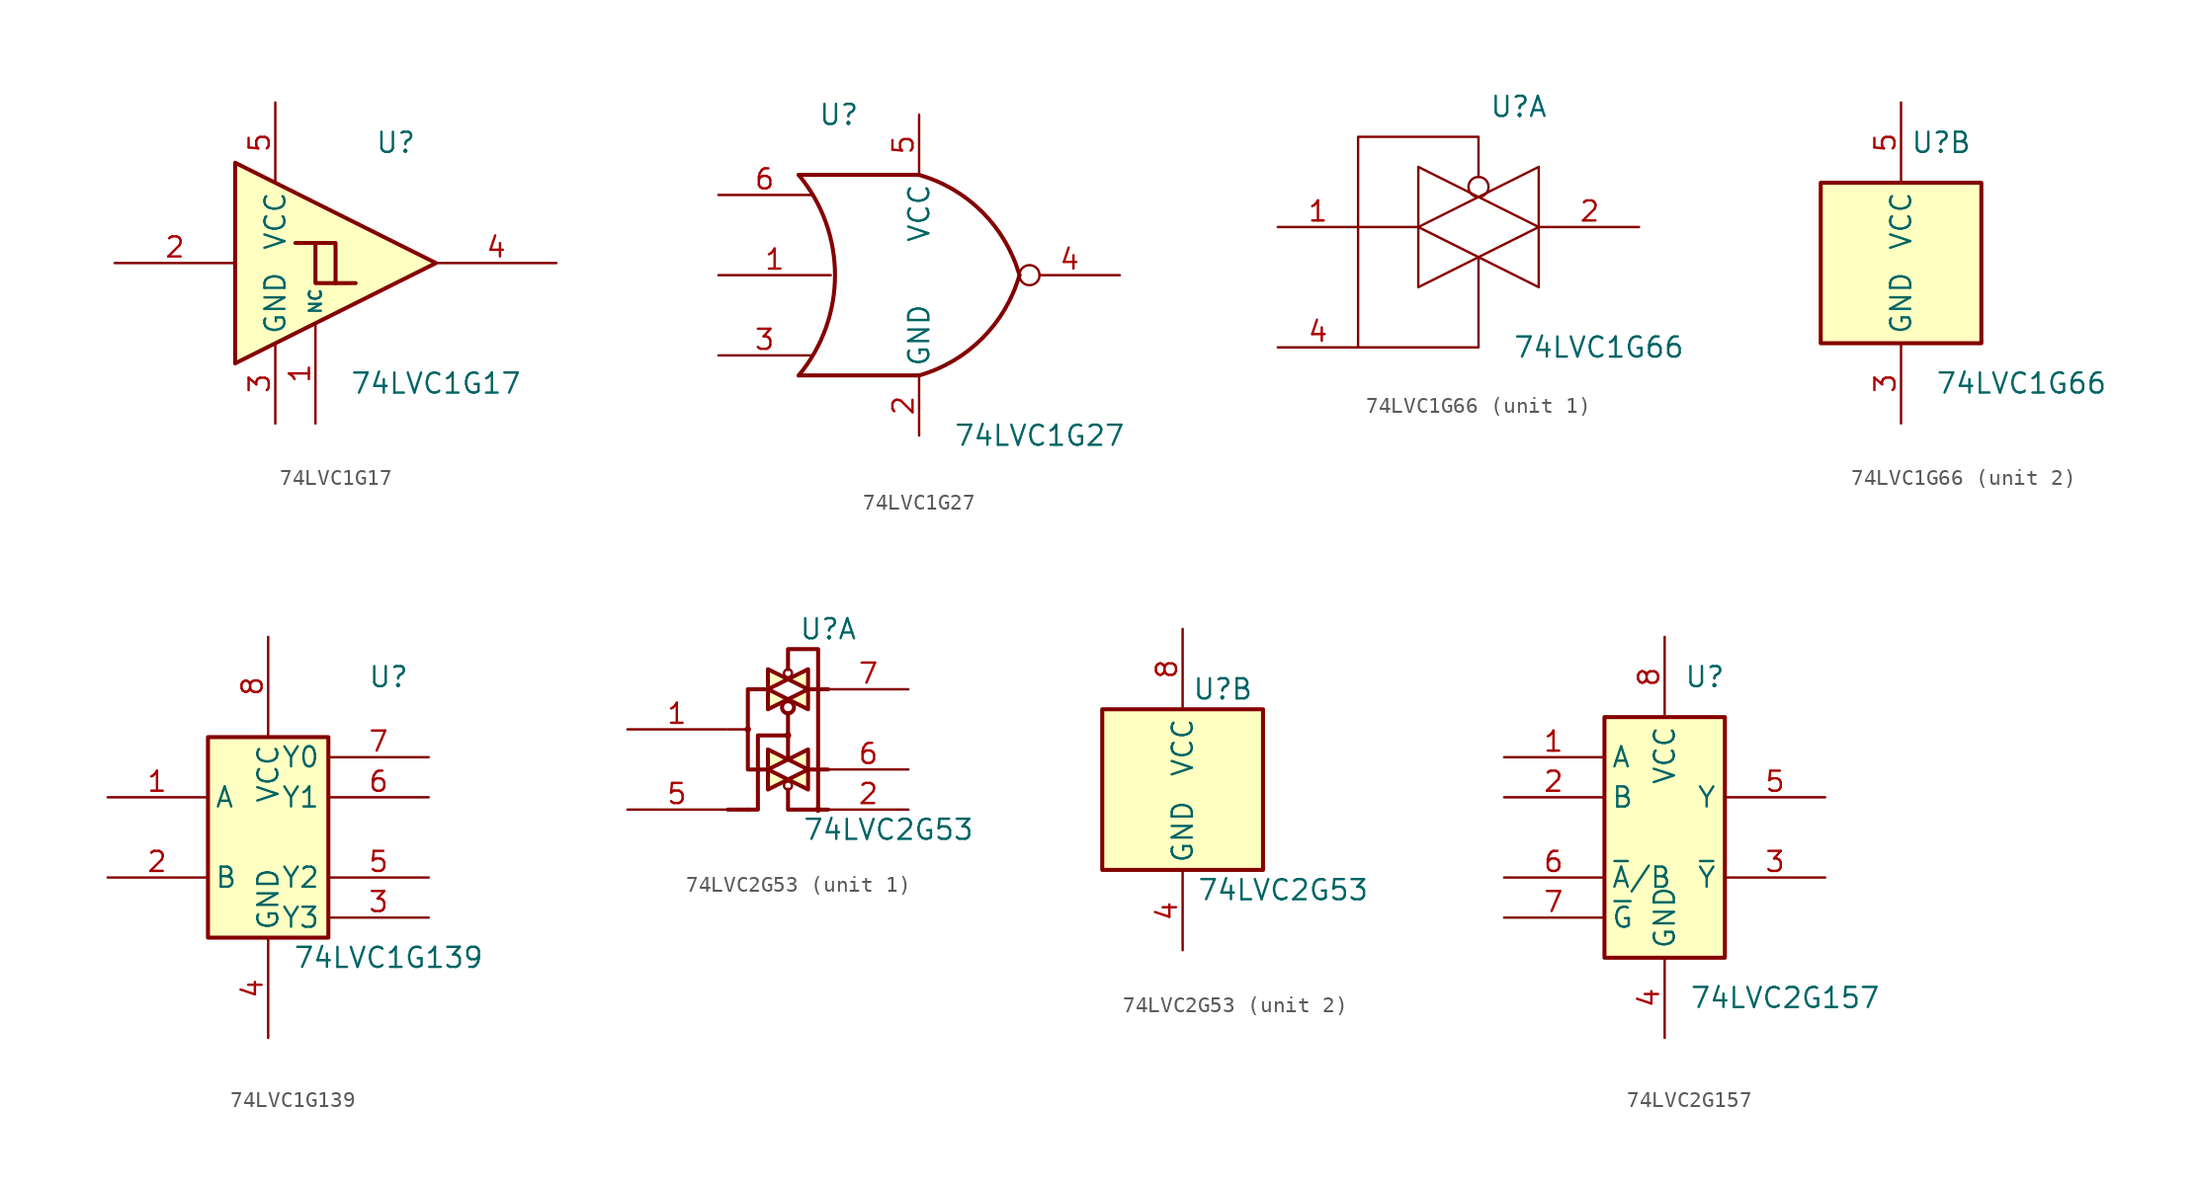
<source format=kicad_sym>
(kicad_symbol_lib
  (version 20220914)
  (generator kicad_symbol_editor)
  (symbol "74LVC1G17"
    (property "Reference" "U"
      (at 2.54 7.62 0)
      (effects (font (size 1.27 1.27))))
    (property "Value" "74LVC1G17"
      (at 5.08 -7.62 0)
      (effects (font (size 1.27 1.27))))
    (symbol "74LVC1G17_0_1"
      (polyline (pts (xy -2.54 1.27) (xy -1.27 1.27) (xy -1.27 -1.27)) (stroke (width 0.254) (type default)) (fill (type background)))
      (polyline (pts (xy -7.62 6.35) (xy -7.62 -6.35) (xy 5.08 0) (xy -7.62 6.35)) (stroke (width 0.254) (type default)) (fill (type background)))
      (polyline (pts (xy -3.81 1.27) (xy -2.54 1.27) (xy -2.54 -1.27) (xy 0 -1.27)) (stroke (width 0.254) (type default)) (fill (type background))))
    (symbol "74LVC1G17_1_1"
      (pin free line (at -2.54 -10.16 90) (length 6.35) (name "NC" (effects (font (size 0.762 0.762)))) (number "1" (effects (font (size 1.27 1.27)))))
      (pin input line (at -15.24 0 0) (length 7.62) (name "~" (effects (font (size 1.27 1.27)))) (number "2" (effects (font (size 1.27 1.27)))))
      (pin power_in line (at -5.08 -10.16 90) (length 5.08) (name "GND" (effects (font (size 1.27 1.27)))) (number "3" (effects (font (size 1.27 1.27)))))
      (pin output line (at 12.7 0 180) (length 7.62) (name "~" (effects (font (size 1.27 1.27)))) (number "4" (effects (font (size 1.27 1.27)))))
      (pin power_in line (at -5.08 10.16 270) (length 5.08) (name "VCC" (effects (font (size 1.27 1.27)))) (number "5" (effects (font (size 1.27 1.27)))))))
  (symbol "74LVC1G27"
    (property "Reference" "U"
      (at -5.08 10.16 0)
      (effects (font (size 1.27 1.27))))
    (property "Value" "74LVC1G27"
      (at 7.62 -10.16 0)
      (effects (font (size 1.27 1.27))))
    (symbol "74LVC1G27_0_1"
      (arc (start -7.62 -6.35) (mid -5.321 0) (end -7.62 6.35) (stroke (width 0.254) (type default)) (fill (type none)))
      (arc (start 0 -6.35) (mid 3.9978 -3.9978) (end 6.35 0) (stroke (width 0.254) (type default)) (fill (type none)))
      (polyline (pts (xy 0 -6.35) (xy -7.62 -6.35)) (stroke (width 0.254) (type default)) (fill (type background)))
      (polyline (pts (xy 0 6.35) (xy -7.62 6.35)) (stroke (width 0.254) (type default)) (fill (type background)))
      (arc (start 6.35 0) (mid 3.9978 3.9978) (end 0 6.35) (stroke (width 0.254) (type default)) (fill (type none))))
    (symbol "74LVC1G27_1_1"
      (pin input line (at -12.698 0 0) (length 7.11) (name "~" (effects (font (size 1.27 1.27)))) (number "1" (effects (font (size 1.27 1.27)))))
      (pin power_in line (at 0 -10.16 90) (length 3.81) (name "GND" (effects (font (size 1.27 1.27)))) (number "2" (effects (font (size 1.27 1.27)))))
      (pin input line (at -12.698 -5.08 0) (length 5.84) (name "~" (effects (font (size 1.27 1.27)))) (number "3" (effects (font (size 1.27 1.27)))))
      (pin output inverted (at 12.7 0 180) (length 6.35) (name "~" (effects (font (size 1.27 1.27)))) (number "4" (effects (font (size 1.27 1.27)))))
      (pin power_in line (at 0 10.16 270) (length 3.81) (name "VCC" (effects (font (size 1.27 1.27)))) (number "5" (effects (font (size 1.27 1.27)))))
      (pin input line (at -12.698 5.08 0) (length 5.84) (name "~" (effects (font (size 1.27 1.27)))) (number "6" (effects (font (size 1.27 1.27)))))))
  (symbol "74LVC1G66"
    (property "Reference" "U"
      (at 2.54 7.62 0)
      (effects (font (size 1.27 1.27))))
    (property "Value" "74LVC1G66"
      (at 7.62 -7.62 0)
      (effects (font (size 1.27 1.27))))
    (property "ki_locked" ""
      (at 0 0 0)
      (effects (font (size 1.27 1.27))))
    (symbol "74LVC1G66_1_1"
      (polyline (pts (xy -7.62 0) (xy -3.81 0)) (stroke (width 0.152) (type default)) (fill (type none)))
      (polyline (pts (xy -7.62 -7.62) (xy 0 -7.62) (xy 0 -1.905)) (stroke (width 0.152) (type default)) (fill (type none)))
      (polyline (pts (xy -7.62 -7.62) (xy -7.62 5.715) (xy 0 5.715) (xy 0 3.175)) (stroke (width 0.152) (type default)) (fill (type none)))
      (polyline (pts (xy -3.81 0) (xy 3.81 3.81) (xy 3.81 -3.81) (xy -3.81 0)) (stroke (width 0.152) (type default)) (fill (type none)))
      (polyline (pts (xy -3.81 3.81) (xy -3.81 -3.81) (xy 3.81 0) (xy -3.81 3.81)) (stroke (width 0.152) (type default)) (fill (type none)))
      (circle (center 0 2.54) (radius 0.635) (stroke (width 0.152) (type default)) (fill (type none)))
      (pin bidirectional line (at -12.7 0 0) (length 5.08) (name "~" (effects (font (size 1.27 1.27)))) (number "1" (effects (font (size 1.27 1.27)))))
      (pin bidirectional line (at 10.16 0 180) (length 6.25) (name "~" (effects (font (size 1.27 1.27)))) (number "2" (effects (font (size 1.27 1.27)))))
      (pin input line (at -12.7 -7.62 0) (length 5.08) (name "~" (effects (font (size 1.27 1.27)))) (number "4" (effects (font (size 1.27 1.27))))))
    (symbol "74LVC1G66_2_1"
      (rectangle (start -5.08 5.08) (end 5.08 -5.08) (stroke (width 0.254) (type default)) (fill (type background)))
      (pin power_in line (at 0 -10.16 90) (length 5.08) (name "GND" (effects (font (size 1.27 1.27)))) (number "3" (effects (font (size 1.27 1.27)))))
      (pin power_in line (at 0 10.16 270) (length 5.08) (name "VCC" (effects (font (size 1.27 1.27)))) (number "5" (effects (font (size 1.27 1.27)))))))
  (symbol "74LVC1G139"
    (property "Reference" "U"
      (at 7.62 10.16 0)
      (effects (font (size 1.27 1.27))))
    (property "Value" "74LVC1G139"
      (at 7.62 -7.62 0)
      (effects (font (size 1.27 1.27))))
    (symbol "74LVC1G139_0_1"
      (rectangle (start -3.81 6.35) (end 3.81 -6.35) (stroke (width 0.254) (type default)) (fill (type background))))
    (symbol "74LVC1G139_1_1"
      (pin input line (at -10.16 2.54 0) (length 6.25) (name "A" (effects (font (size 1.27 1.27)))) (number "1" (effects (font (size 1.27 1.27)))))
      (pin input line (at -10.16 -2.54 0) (length 6.25) (name "B" (effects (font (size 1.27 1.27)))) (number "2" (effects (font (size 1.27 1.27)))))
      (pin output line (at 10.16 -5.08 180) (length 6.35) (name "Y3" (effects (font (size 1.27 1.27)))) (number "3" (effects (font (size 1.27 1.27)))))
      (pin power_in line (at 0 -12.7 90) (length 6.25) (name "GND" (effects (font (size 1.27 1.27)))) (number "4" (effects (font (size 1.27 1.27)))))
      (pin output line (at 10.16 -2.54 180) (length 6.35) (name "Y2" (effects (font (size 1.27 1.27)))) (number "5" (effects (font (size 1.27 1.27)))))
      (pin output line (at 10.16 2.54 180) (length 6.35) (name "Y1" (effects (font (size 1.27 1.27)))) (number "6" (effects (font (size 1.27 1.27)))))
      (pin output line (at 10.16 5.08 180) (length 6.35) (name "Y0" (effects (font (size 1.27 1.27)))) (number "7" (effects (font (size 1.27 1.27)))))
      (pin power_in line (at 0 12.7 270) (length 6.25) (name "VCC" (effects (font (size 1.27 1.27)))) (number "8" (effects (font (size 1.27 1.27)))))))
  (symbol "74LVC2G53"
    (property "Reference" "U"
      (at 2.54 6.35 0)
      (effects (font (size 1.27 1.27))))
    (property "Value" "74LVC2G53"
      (at 6.35 -6.35 0)
      (effects (font (size 1.27 1.27))))
    (property "ki_locked" ""
      (at 0 0 0)
      (effects (font (size 1.27 1.27))))
    (symbol "74LVC2G53_1_1"
      (circle (center -2.54 0) (radius 0.127) (stroke (width 0) (type default)) (fill (type none)))
      (circle (center 0 -3.556) (radius 0.254) (stroke (width 0) (type default)) (fill (type none)))
      (circle (center 0 -0.381) (radius 0.127) (stroke (width 0) (type default)) (fill (type none)))
      (polyline (pts (xy -3.81 -5.08) (xy -2.54 -5.08)) (stroke (width 0.254) (type default)) (fill (type background)))
      (polyline (pts (xy -3.81 0) (xy -2.54 0)) (stroke (width 0) (type default)) (fill (type background)))
      (polyline (pts (xy 2.54 -2.54) (xy 1.27 -2.54)) (stroke (width 0.254) (type default)) (fill (type background)))
      (polyline (pts (xy 2.54 2.54) (xy 1.27 2.54)) (stroke (width 0.254) (type default)) (fill (type background)))
      (polyline (pts (xy 0 -3.81) (xy 0 -5.08) (xy 2.54 -5.08)) (stroke (width 0.254) (type default)) (fill (type none)))
      (polyline (pts (xy 0 1.016) (xy 0 0) (xy 0 -1.905)) (stroke (width 0.254) (type default)) (fill (type background)))
      (polyline (pts (xy -1.27 -2.54) (xy 0 -3.175) (xy -1.27 -3.81) (xy -1.27 -2.54)) (stroke (width 0.254) (type default)) (fill (type background)))
      (polyline (pts (xy -1.27 -1.27) (xy -1.27 -2.54) (xy 0 -1.905) (xy -1.27 -1.27)) (stroke (width 0.254) (type default)) (fill (type background)))
      (polyline (pts (xy -1.27 2.54) (xy 0 1.905) (xy -1.27 1.27) (xy -1.27 2.54)) (stroke (width 0.254) (type default)) (fill (type background)))
      (polyline (pts (xy -1.27 3.81) (xy 0 3.175) (xy -1.27 2.54) (xy -1.27 3.81)) (stroke (width 0.254) (type default)) (fill (type background)))
      (polyline (pts (xy 0 -0.381) (xy -1.905 -0.381) (xy -1.905 -5.08) (xy -2.54 -5.08)) (stroke (width 0.254) (type default)) (fill (type none)))
      (polyline (pts (xy 1.27 -2.54) (xy 0 -3.175) (xy 1.27 -3.81) (xy 1.27 -2.54)) (stroke (width 0.254) (type default)) (fill (type background)))
      (polyline (pts (xy 1.27 -1.27) (xy 1.27 -2.54) (xy 0 -1.905) (xy 1.27 -1.27)) (stroke (width 0.254) (type default)) (fill (type background)))
      (polyline (pts (xy 1.27 2.54) (xy 1.27 1.27) (xy 0 1.905) (xy 1.27 2.54)) (stroke (width 0.254) (type default)) (fill (type background)))
      (polyline (pts (xy 1.27 2.54) (xy 1.27 3.81) (xy 0 3.175) (xy 1.27 2.54)) (stroke (width 0.254) (type default)) (fill (type background)))
      (polyline (pts (xy 1.905 -5.08) (xy 1.905 5.08) (xy 0 5.08) (xy 0 3.81)) (stroke (width 0.254) (type default)) (fill (type none)))
      (polyline (pts (xy -1.27 2.54) (xy -2.54 2.54) (xy -2.54 0) (xy -2.54 -2.54) (xy -1.27 -2.54)) (stroke (width 0.254) (type default)) (fill (type none)))
      (circle (center 0 1.397) (radius 0.381) (stroke (width 0.254) (type default)) (fill (type none)))
      (circle (center 0 3.556) (radius 0.254) (stroke (width 0) (type default)) (fill (type none)))
      (circle (center 1.905 -5.08) (radius 0.127) (stroke (width 0) (type default)) (fill (type none)))
      (pin bidirectional line (at -10.16 0 0) (length 6.25) (name "~" (effects (font (size 1.27 1.27)))) (number "1" (effects (font (size 1.27 1.27)))))
      (pin input line (at 7.62 -5.08 180) (length 5.08) (name "~" (effects (font (size 1.27 1.27)))) (number "2" (effects (font (size 1.27 1.27)))))
      (pin input line (at -10.16 -5.08 0) (length 6.25) (name "~" (effects (font (size 1.27 1.27)))) (number "5" (effects (font (size 1.27 1.27)))))
      (pin bidirectional line (at 7.62 -2.54 180) (length 5.08) (name "~" (effects (font (size 1.27 1.27)))) (number "6" (effects (font (size 1.27 1.27)))))
      (pin bidirectional line (at 7.62 2.54 180) (length 5.08) (name "~" (effects (font (size 1.27 1.27)))) (number "7" (effects (font (size 1.27 1.27))))))
    (symbol "74LVC2G53_2_1"
      (rectangle (start -5.08 5.08) (end 5.08 -5.08) (stroke (width 0.254) (type default)) (fill (type background)))
      (pin passive line (at 0 -10.157 90) (length 4.95) hide (name "GND" (effects (font (size 1.27 1.27)))) (number "3" (effects (font (size 1.27 1.27)))))
      (pin power_in line (at 0 -10.157 90) (length 4.95) (name "GND" (effects (font (size 1.27 1.27)))) (number "4" (effects (font (size 1.27 1.27)))))
      (pin power_in line (at 0 10.16 270) (length 5.08) (name "VCC" (effects (font (size 1.27 1.27)))) (number "8" (effects (font (size 1.27 1.27)))))))
  (symbol "74LVC2G157"
    (property "Reference" "U"
      (at 2.54 10.16 0)
      (effects (font (size 1.27 1.27))))
    (property "Value" "74LVC2G157"
      (at 7.62 -10.16 0)
      (effects (font (size 1.27 1.27))))
    (symbol "74LVC2G157_0_1"
      (rectangle (start -3.81 7.62) (end 3.81 -7.62) (stroke (width 0.254) (type default)) (fill (type background))))
    (symbol "74LVC2G157_1_1"
      (pin input line (at -10.16 5.08 0) (length 6.25) (name "A" (effects (font (size 1.27 1.27)))) (number "1" (effects (font (size 1.27 1.27)))))
      (pin input line (at -10.16 2.54 0) (length 6.25) (name "B" (effects (font (size 1.27 1.27)))) (number "2" (effects (font (size 1.27 1.27)))))
      (pin output line (at 10.16 -2.54 180) (length 6.35) (name "~{Y}" (effects (font (size 1.27 1.27)))) (number "3" (effects (font (size 1.27 1.27)))))
      (pin power_in line (at 0 -12.7 90) (length 5.08) (name "GND" (effects (font (size 1.27 1.27)))) (number "4" (effects (font (size 1.27 1.27)))))
      (pin output line (at 10.16 2.54 180) (length 6.35) (name "Y" (effects (font (size 1.27 1.27)))) (number "5" (effects (font (size 1.27 1.27)))))
      (pin input line (at -10.16 -2.54 0) (length 6.25) (name "~{A}/B" (effects (font (size 1.27 1.27)))) (number "6" (effects (font (size 1.27 1.27)))))
      (pin input line (at -10.16 -5.08 0) (length 6.25) (name "~{G}" (effects (font (size 1.27 1.27)))) (number "7" (effects (font (size 1.27 1.27)))))
      (pin power_in line (at 0 12.7 270) (length 5.08) (name "VCC" (effects (font (size 1.27 1.27)))) (number "8" (effects (font (size 1.27 1.27))))))))
</source>
